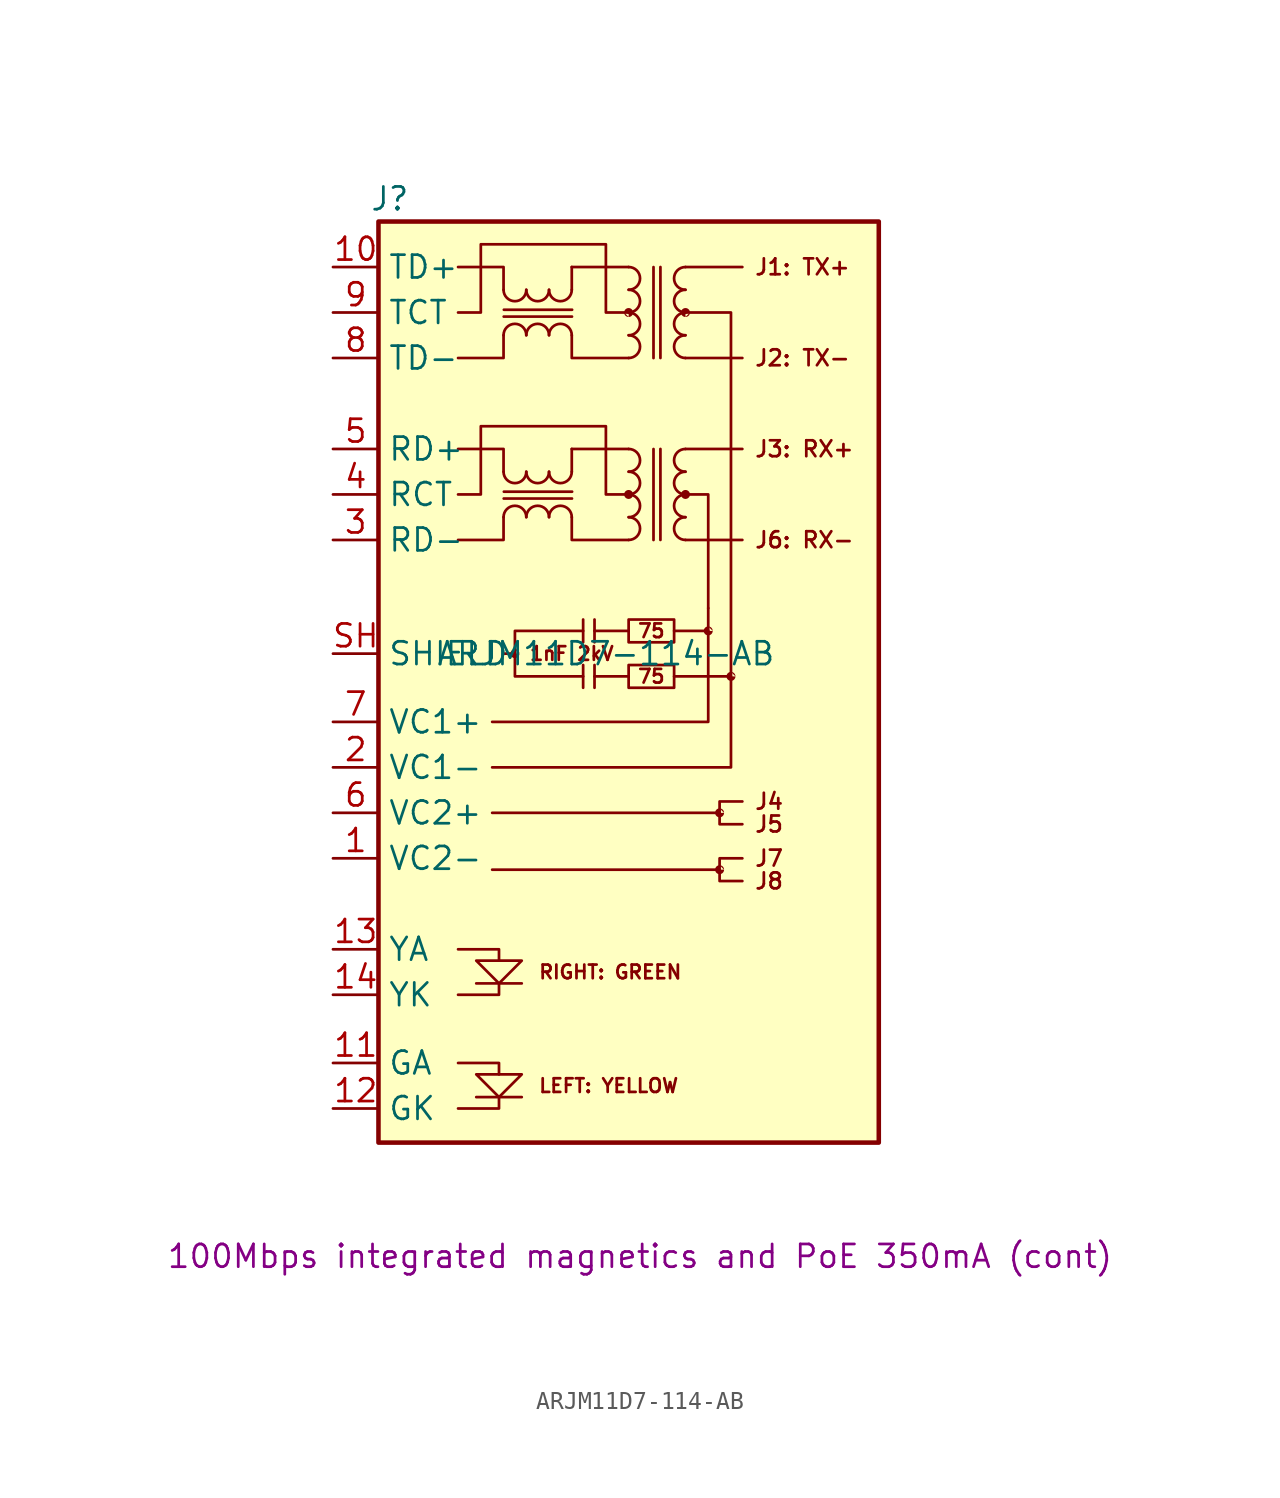
<source format=kicad_sym>
(kicad_symbol_lib
  (version 20220914)
  (generator kicad_symbol_editor)
  (symbol "ARJM11D7-114-AB"
    (property "Reference" "J"
      (at 0.635 1.27 0)
      (effects (font (size 1.27 1.27))))
    (property "Value" "ARJM11D7-114-AB"
      (at 12.7 -24.13 0)
      (effects (font (size 1.27 1.27))))
    (property "Description" "100Mbps integrated magnetics and PoE 350mA (cont)"
      (at 14.605 -57.785 0)
      (effects (font (size 1.27 1.27))))
    (symbol "ARJM11D7-114-AB_0_0"
      (polyline (pts (xy 8.001 -48.895) (xy 5.461 -48.895)) (stroke (width 0) (type default)) (fill (type none)))
      (polyline (pts (xy 8.001 -42.545) (xy 5.461 -42.545)) (stroke (width 0) (type default)) (fill (type none)))
      (polyline (pts (xy 4.445 -49.53) (xy 6.731 -49.53) (xy 6.731 -48.895)) (stroke (width 0) (type default)) (fill (type none)))
      (polyline (pts (xy 4.445 -46.99) (xy 6.731 -46.99) (xy 6.731 -47.625)) (stroke (width 0) (type default)) (fill (type none)))
      (polyline (pts (xy 4.445 -40.64) (xy 6.731 -40.64) (xy 6.731 -41.275)) (stroke (width 0) (type default)) (fill (type none)))
      (polyline (pts (xy 6.731 -42.545) (xy 6.731 -43.18) (xy 4.445 -43.18)) (stroke (width 0) (type default)) (fill (type none)))
      (polyline (pts (xy 18.415 -22.86) (xy 18.415 -27.94) (xy 6.35 -27.94)) (stroke (width 0) (type default)) (fill (type none)))
      (polyline (pts (xy 19.685 -25.4) (xy 19.685 -30.48) (xy 6.35 -30.48)) (stroke (width 0) (type default)) (fill (type none)))
      (polyline (pts (xy 5.461 -41.275) (xy 8.001 -41.275) (xy 6.731 -42.545) (xy 5.461 -41.275)) (stroke (width 0) (type default)) (fill (type none)))
      (polyline (pts (xy 8.001 -47.625) (xy 5.461 -47.625) (xy 6.731 -48.895) (xy 8.001 -47.625)) (stroke (width 0) (type default)) (fill (type none)))
      (text "75" (at 15.24 -25.4 0) (effects (font (size 0.762 0.762))))
      (text "75" (at 15.24 -22.86 0) (effects (font (size 0.762 0.762)))))
    (symbol "ARJM11D7-114-AB_0_1"
      (polyline (pts (xy 10.795 -13.97) (xy 10.795 -12.7)) (stroke (width 0) (type default)) (fill (type none)))
      (polyline (pts (xy 10.795 -3.81) (xy 10.795 -2.54)) (stroke (width 0) (type default)) (fill (type none)))
      (polyline (pts (xy 10.806 -15.468) (xy 6.995 -15.468)) (stroke (width 0) (type default)) (fill (type none)))
      (polyline (pts (xy 10.806 -5.308) (xy 6.995 -5.308)) (stroke (width 0) (type default)) (fill (type none)))
      (polyline (pts (xy 10.813 -15.085) (xy 7.003 -15.085)) (stroke (width 0) (type default)) (fill (type none)))
      (polyline (pts (xy 10.813 -4.925) (xy 7.003 -4.925)) (stroke (width 0) (type default)) (fill (type none)))
      (polyline (pts (xy 13.97 -12.7) (xy 10.795 -12.7)) (stroke (width 0) (type default)) (fill (type none)))
      (polyline (pts (xy 13.97 -2.54) (xy 10.795 -2.54)) (stroke (width 0) (type default)) (fill (type none)))
      (polyline (pts (xy 15.359 -17.784) (xy 15.359 -12.704)) (stroke (width 0) (type default)) (fill (type none)))
      (polyline (pts (xy 15.359 -7.624) (xy 15.359 -2.544)) (stroke (width 0) (type default)) (fill (type none)))
      (polyline (pts (xy 15.745 -17.78) (xy 15.745 -12.7)) (stroke (width 0) (type default)) (fill (type none)))
      (polyline (pts (xy 15.745 -7.62) (xy 15.745 -2.54)) (stroke (width 0) (type default)) (fill (type none)))
      (polyline (pts (xy 17.145 -17.78) (xy 20.32 -17.78)) (stroke (width 0) (type default)) (fill (type none)))
      (polyline (pts (xy 17.145 -12.7) (xy 20.32 -12.7)) (stroke (width 0) (type default)) (fill (type none)))
      (polyline (pts (xy 17.145 -7.62) (xy 20.32 -7.62)) (stroke (width 0) (type default)) (fill (type none)))
      (polyline (pts (xy 17.145 -2.54) (xy 20.32 -2.54)) (stroke (width 0) (type default)) (fill (type none)))
      (polyline (pts (xy 4.445 -17.78) (xy 6.985 -17.78) (xy 6.985 -16.51)) (stroke (width 0) (type default)) (fill (type none)))
      (polyline (pts (xy 4.445 -12.7) (xy 6.985 -12.7) (xy 6.985 -13.97)) (stroke (width 0) (type default)) (fill (type none)))
      (polyline (pts (xy 4.445 -7.62) (xy 6.985 -7.62) (xy 6.985 -6.35)) (stroke (width 0) (type default)) (fill (type none)))
      (polyline (pts (xy 4.445 -2.54) (xy 6.985 -2.54) (xy 6.985 -3.81)) (stroke (width 0) (type default)) (fill (type none)))
      (polyline (pts (xy 10.795 -16.51) (xy 10.795 -17.78) (xy 13.97 -17.78)) (stroke (width 0) (type default)) (fill (type none)))
      (polyline (pts (xy 10.795 -6.35) (xy 10.795 -7.62) (xy 13.97 -7.62)) (stroke (width 0) (type default)) (fill (type none)))
      (polyline (pts (xy 4.445 -15.24) (xy 5.715 -15.24) (xy 5.715 -11.43) (xy 12.7 -11.43) (xy 12.7 -15.24) (xy 13.97 -15.24)) (stroke (width 0) (type default)) (fill (type none)))
      (polyline (pts (xy 4.445 -5.08) (xy 5.715 -5.08) (xy 5.715 -1.27) (xy 12.7 -1.27) (xy 12.7 -5.08) (xy 13.97 -5.08)) (stroke (width 0) (type default)) (fill (type none)))
      (rectangle (start 0 0) (end 27.94 -51.435) (stroke (width 0.254) (type default)) (fill (type background)))
      (arc (start 6.985 -13.9727) (mid 7.62 -14.605) (end 8.255 -13.9727) (stroke (width 0) (type default)) (fill (type none)))
      (arc (start 6.985 -3.8127) (mid 7.62 -4.445) (end 8.255 -3.8127) (stroke (width 0) (type default)) (fill (type none)))
      (arc (start 8.255 -16.5073) (mid 7.62 -15.875) (end 6.985 -16.5073) (stroke (width 0) (type default)) (fill (type none)))
      (arc (start 8.255 -13.9727) (mid 8.89 -14.605) (end 9.525 -13.9727) (stroke (width 0) (type default)) (fill (type none)))
      (arc (start 8.255 -6.3473) (mid 7.62 -5.715) (end 6.985 -6.3473) (stroke (width 0) (type default)) (fill (type none)))
      (arc (start 8.255 -3.8127) (mid 8.89 -4.445) (end 9.525 -3.8127) (stroke (width 0) (type default)) (fill (type none)))
      (arc (start 9.525 -16.5073) (mid 8.89 -15.875) (end 8.255 -16.5073) (stroke (width 0) (type default)) (fill (type none)))
      (arc (start 9.525 -13.9727) (mid 10.16 -14.605) (end 10.795 -13.9727) (stroke (width 0) (type default)) (fill (type none)))
      (arc (start 9.525 -6.3473) (mid 8.89 -5.715) (end 8.255 -6.3473) (stroke (width 0) (type default)) (fill (type none)))
      (arc (start 9.525 -3.8127) (mid 10.16 -4.445) (end 10.795 -3.8127) (stroke (width 0) (type default)) (fill (type none)))
      (arc (start 10.795 -16.5073) (mid 10.16 -15.875) (end 9.525 -16.5073) (stroke (width 0) (type default)) (fill (type none)))
      (arc (start 10.795 -6.3473) (mid 10.16 -5.715) (end 9.525 -6.3473) (stroke (width 0) (type default)) (fill (type none)))
      (rectangle (start 13.97 -24.765) (end 16.51 -26.035) (stroke (width 0) (type default)) (fill (type none)))
      (rectangle (start 13.97 -22.225) (end 16.51 -23.495) (stroke (width 0) (type default)) (fill (type none)))
      (arc (start 13.9727 -17.78) (mid 14.605 -17.145) (end 13.9727 -16.51) (stroke (width 0) (type default)) (fill (type none)))
      (arc (start 13.9727 -16.51) (mid 14.605 -15.875) (end 13.9727 -15.24) (stroke (width 0) (type default)) (fill (type none)))
      (arc (start 13.9727 -15.24) (mid 14.605 -14.605) (end 13.9727 -13.97) (stroke (width 0) (type default)) (fill (type none)))
      (arc (start 13.9727 -13.97) (mid 14.605 -13.335) (end 13.9727 -12.7) (stroke (width 0) (type default)) (fill (type none)))
      (arc (start 13.9727 -7.62) (mid 14.605 -6.985) (end 13.9727 -6.35) (stroke (width 0) (type default)) (fill (type none)))
      (arc (start 13.9727 -6.35) (mid 14.605 -5.715) (end 13.9727 -5.08) (stroke (width 0) (type default)) (fill (type none)))
      (arc (start 13.9727 -5.08) (mid 14.605 -4.445) (end 13.9727 -3.81) (stroke (width 0) (type default)) (fill (type none)))
      (arc (start 13.9727 -3.81) (mid 14.605 -3.175) (end 13.9727 -2.54) (stroke (width 0) (type default)) (fill (type none)))
      (arc (start 17.1423 -16.51) (mid 16.51 -17.145) (end 17.1423 -17.78) (stroke (width 0) (type default)) (fill (type none)))
      (arc (start 17.1423 -15.24) (mid 16.51 -15.875) (end 17.1423 -16.51) (stroke (width 0) (type default)) (fill (type none)))
      (arc (start 17.1423 -13.97) (mid 16.51 -14.605) (end 17.1423 -15.24) (stroke (width 0) (type default)) (fill (type none)))
      (arc (start 17.1423 -12.7) (mid 16.51 -13.335) (end 17.1423 -13.97) (stroke (width 0) (type default)) (fill (type none)))
      (arc (start 17.1423 -6.35) (mid 16.51 -6.985) (end 17.1423 -7.62) (stroke (width 0) (type default)) (fill (type none)))
      (arc (start 17.1423 -5.08) (mid 16.51 -5.715) (end 17.1423 -6.35) (stroke (width 0) (type default)) (fill (type none)))
      (arc (start 17.1423 -3.81) (mid 16.51 -4.445) (end 17.1423 -5.08) (stroke (width 0) (type default)) (fill (type none)))
      (arc (start 17.1423 -2.54) (mid 16.51 -3.175) (end 17.1423 -3.81) (stroke (width 0) (type default)) (fill (type none))))
    (symbol "ARJM11D7-114-AB_1_0"
      (polyline (pts (xy 7.62 -24.13) (xy 6.985 -24.13)) (stroke (width 0) (type default)) (fill (type none)))
      (polyline (pts (xy 11.43 -24.765) (xy 11.43 -26.035)) (stroke (width 0) (type default)) (fill (type none)))
      (polyline (pts (xy 11.43 -22.225) (xy 11.43 -23.495)) (stroke (width 0) (type default)) (fill (type none)))
      (polyline (pts (xy 12.065 -25.4) (xy 13.97 -25.4)) (stroke (width 0) (type default)) (fill (type none)))
      (polyline (pts (xy 12.065 -24.765) (xy 12.065 -26.035)) (stroke (width 0) (type default)) (fill (type none)))
      (polyline (pts (xy 12.065 -22.86) (xy 13.97 -22.86)) (stroke (width 0) (type default)) (fill (type none)))
      (polyline (pts (xy 12.065 -22.225) (xy 12.065 -23.495)) (stroke (width 0) (type default)) (fill (type none)))
      (polyline (pts (xy 19.05 -36.195) (xy 6.35 -36.195)) (stroke (width 0) (type default)) (fill (type none)))
      (polyline (pts (xy 19.05 -33.02) (xy 6.35 -33.02)) (stroke (width 0) (type default)) (fill (type none)))
      (polyline (pts (xy 16.51 -22.86) (xy 18.415 -22.86) (xy 18.415 -21.59)) (stroke (width 0) (type default)) (fill (type none)))
      (polyline (pts (xy 17.145 -15.24) (xy 18.415 -15.24) (xy 18.415 -21.59)) (stroke (width 0) (type default)) (fill (type none)))
      (polyline (pts (xy 11.43 -22.86) (xy 7.62 -22.86) (xy 7.62 -25.4) (xy 11.43 -25.4)) (stroke (width 0) (type default)) (fill (type none)))
      (polyline (pts (xy 17.145 -5.08) (xy 19.685 -5.08) (xy 19.685 -25.4) (xy 16.51 -25.4)) (stroke (width 0) (type default)) (fill (type none)))
      (polyline (pts (xy 20.32 -35.56) (xy 19.05 -35.56) (xy 19.05 -36.83) (xy 20.32 -36.83)) (stroke (width 0) (type default)) (fill (type none)))
      (polyline (pts (xy 20.32 -32.385) (xy 19.05 -32.385) (xy 19.05 -33.655) (xy 20.32 -33.655)) (stroke (width 0) (type default)) (fill (type none)))
      (text "1nF 2kV" (at 10.795 -24.13 0) (effects (font (size 0.762 0.762))))
      (text "J1: TX+" (at 20.955 -2.54 0) (effects (font (size 0.889 0.889)) (justify left)))
      (text "J2: TX-" (at 20.955 -7.62 0) (effects (font (size 0.889 0.889)) (justify left)))
      (text "J3: RX+" (at 20.955 -12.7 0) (effects (font (size 0.889 0.889)) (justify left)))
      (text "J4" (at 20.955 -32.385 0) (effects (font (size 0.889 0.889)) (justify left)))
      (text "J5" (at 20.955 -33.655 0) (effects (font (size 0.889 0.889)) (justify left)))
      (text "J6: RX-" (at 20.955 -17.78 0) (effects (font (size 0.889 0.889)) (justify left)))
      (text "J7" (at 20.955 -35.56 0) (effects (font (size 0.889 0.889)) (justify left)))
      (text "J8" (at 20.955 -36.83 0) (effects (font (size 0.889 0.889)) (justify left)))
      (text "LEFT: YELLOW" (at 8.89 -48.26 0) (effects (font (size 0.762 0.762)) (justify left)))
      (text "RIGHT: GREEN" (at 8.89 -41.91 0) (effects (font (size 0.762 0.762)) (justify left))))
    (symbol "ARJM11D7-114-AB_1_1"
      (circle (center 7.62 -24.13) (radius 0.0001) (stroke (width 0.5) (type solid)) (fill (type outline)))
      (circle (center 13.97 -15.24) (radius 0.0001) (stroke (width 0.5) (type solid)) (fill (type outline)))
      (circle (center 13.97 -5.08) (radius 0.0001) (stroke (width 0.5) (type solid)) (fill (type outline)))
      (circle (center 17.145 -15.24) (radius 0.0001) (stroke (width 0.5) (type solid)) (fill (type outline)))
      (circle (center 17.145 -5.08) (radius 0.0001) (stroke (width 0.5) (type solid)) (fill (type outline)))
      (circle (center 18.415 -22.86) (radius 0.0001) (stroke (width 0.5) (type solid)) (fill (type outline)))
      (circle (center 19.05 -36.195) (radius 0.0001) (stroke (width 0.5) (type solid)) (fill (type outline)))
      (circle (center 19.05 -33.02) (radius 0.0001) (stroke (width 0.5) (type solid)) (fill (type outline)))
      (circle (center 19.685 -25.4) (radius 0.0001) (stroke (width 0.5) (type solid)) (fill (type outline)))
      (pin power_out line (at -2.54 -35.56 0) (length 2.54) (name "VC2-" (effects (font (size 1.27 1.27)))) (number "1" (effects (font (size 1.27 1.27)))))
      (pin passive line (at -2.54 -2.54 0) (length 2.54) (name "TD+" (effects (font (size 1.27 1.27)))) (number "10" (effects (font (size 1.27 1.27)))))
      (pin passive line (at -2.54 -46.99 0) (length 2.54) (name "GA" (effects (font (size 1.27 1.27)))) (number "11" (effects (font (size 1.27 1.27)))))
      (pin passive line (at -2.54 -49.53 0) (length 2.54) (name "GK" (effects (font (size 1.27 1.27)))) (number "12" (effects (font (size 1.27 1.27)))))
      (pin passive line (at -2.54 -40.64 0) (length 2.54) (name "YA" (effects (font (size 1.27 1.27)))) (number "13" (effects (font (size 1.27 1.27)))))
      (pin passive line (at -2.54 -43.18 0) (length 2.54) (name "YK" (effects (font (size 1.27 1.27)))) (number "14" (effects (font (size 1.27 1.27)))))
      (pin power_out line (at -2.54 -30.48 0) (length 2.54) (name "VC1-" (effects (font (size 1.27 1.27)))) (number "2" (effects (font (size 1.27 1.27)))))
      (pin passive line (at -2.54 -17.78 0) (length 2.54) (name "RD-" (effects (font (size 1.27 1.27)))) (number "3" (effects (font (size 1.27 1.27)))))
      (pin passive line (at -2.54 -15.24 0) (length 2.54) (name "RCT" (effects (font (size 1.27 1.27)))) (number "4" (effects (font (size 1.27 1.27)))))
      (pin passive line (at -2.54 -12.7 0) (length 2.54) (name "RD+" (effects (font (size 1.27 1.27)))) (number "5" (effects (font (size 1.27 1.27)))))
      (pin power_out line (at -2.54 -33.02 0) (length 2.54) (name "VC2+" (effects (font (size 1.27 1.27)))) (number "6" (effects (font (size 1.27 1.27)))))
      (pin power_out line (at -2.54 -27.94 0) (length 2.54) (name "VC1+" (effects (font (size 1.27 1.27)))) (number "7" (effects (font (size 1.27 1.27)))))
      (pin passive line (at -2.54 -7.62 0) (length 2.54) (name "TD-" (effects (font (size 1.27 1.27)))) (number "8" (effects (font (size 1.27 1.27)))))
      (pin passive line (at -2.54 -5.08 0) (length 2.54) (name "TCT" (effects (font (size 1.27 1.27)))) (number "9" (effects (font (size 1.27 1.27)))))
      (pin passive line (at -2.54 -24.13 0) (length 2.54) (name "SHIELD" (effects (font (size 1.27 1.27)))) (number "SH" (effects (font (size 1.27 1.27))))))))
</source>
